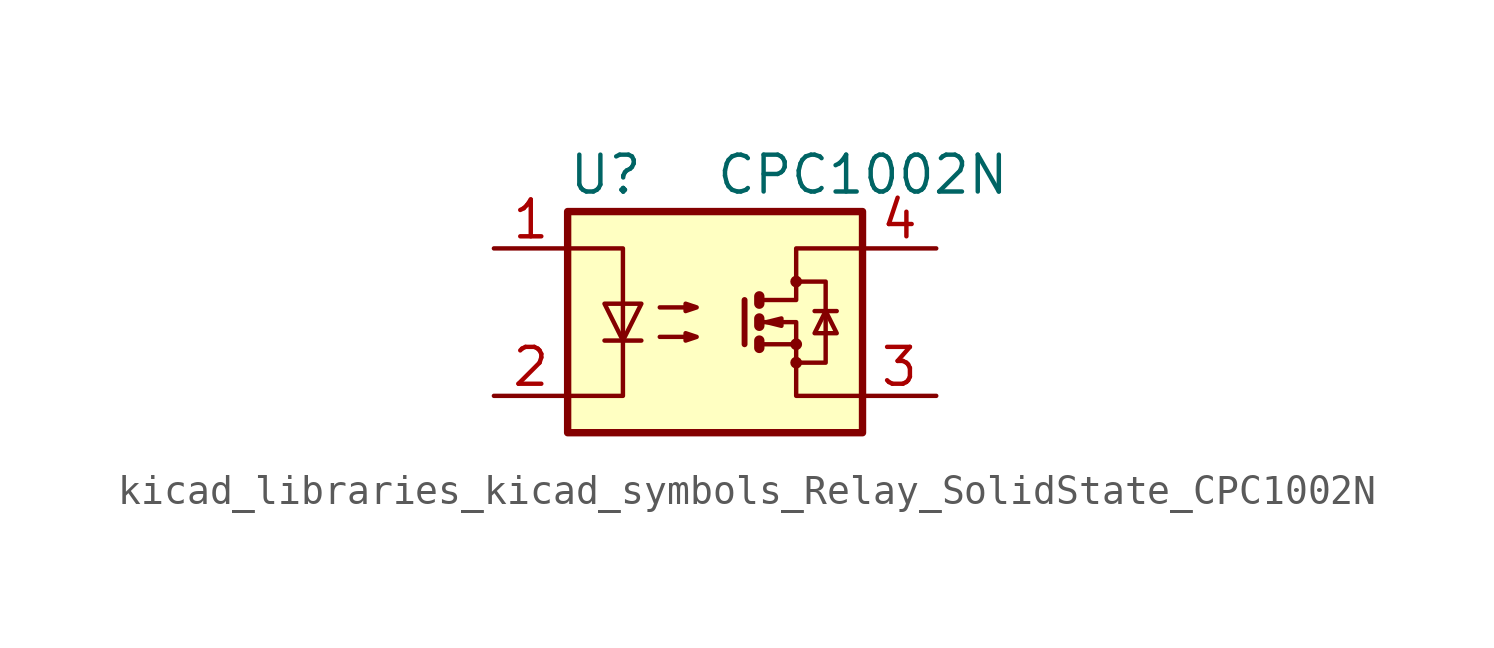
<source format=kicad_sym>
(kicad_symbol_lib
  (version 20220914)
  (generator kicad_symbol_editor)
  (symbol "kicad_libraries_kicad_symbols_Relay_SolidState_CPC1002N"
    (property "Reference" "U"
      (at -5.08 5.08 0)
      (effects (font (size 1.27 1.27)) (justify left)))
    (property "Value" "CPC1002N"
      (at 0 5.08 0)
      (effects (font (size 1.27 1.27)) (justify left)))
    (symbol "kicad_libraries_kicad_symbols_Relay_SolidState_CPC1002N_0_1"
      (rectangle (start -5.08 3.81) (end 5.08 -3.81) (stroke (width 0.254) (type default)) (fill (type background)))
      (polyline (pts (xy -3.81 -0.635) (xy -2.54 -0.635)) (stroke (width 0) (type default)) (fill (type none)))
      (polyline (pts (xy 1.016 0.762) (xy 1.016 -0.762)) (stroke (width 0.203) (type default)) (fill (type none)))
      (polyline (pts (xy 1.524 -0.762) (xy 2.794 -0.762)) (stroke (width 0) (type default)) (fill (type none)))
      (polyline (pts (xy 3.429 0.381) (xy 4.191 0.381)) (stroke (width 0) (type default)) (fill (type none)))
      (polyline (pts (xy 1.524 -0.635) (xy 1.524 -0.889) (xy 1.524 -0.889)) (stroke (width 0.356) (type default)) (fill (type none)))
      (polyline (pts (xy 1.524 0.127) (xy 1.524 -0.127) (xy 1.524 -0.127)) (stroke (width 0.356) (type default)) (fill (type none)))
      (polyline (pts (xy 1.524 0.889) (xy 1.524 0.635) (xy 1.524 0.635)) (stroke (width 0.356) (type default)) (fill (type none)))
      (polyline (pts (xy -5.08 2.54) (xy -3.175 2.54) (xy -3.175 -2.54) (xy -5.08 -2.54)) (stroke (width 0) (type default)) (fill (type none)))
      (polyline (pts (xy -3.175 -0.635) (xy -3.81 0.635) (xy -2.54 0.635) (xy -3.175 -0.635)) (stroke (width 0) (type default)) (fill (type none)))
      (polyline (pts (xy 1.524 0) (xy 2.794 0) (xy 2.794 -2.54) (xy 5.08 -2.54)) (stroke (width 0) (type default)) (fill (type none)))
      (polyline (pts (xy 1.524 0.762) (xy 2.794 0.762) (xy 2.794 2.54) (xy 5.08 2.54)) (stroke (width 0) (type default)) (fill (type none)))
      (polyline (pts (xy 1.778 0) (xy 2.286 0.127) (xy 2.286 -0.127) (xy 1.778 0)) (stroke (width 0) (type default)) (fill (type none)))
      (polyline (pts (xy 2.794 -1.397) (xy 3.81 -1.397) (xy 3.81 1.397) (xy 2.794 1.397)) (stroke (width 0) (type default)) (fill (type none)))
      (polyline (pts (xy 3.81 0.381) (xy 3.429 -0.381) (xy 4.191 -0.381) (xy 3.81 0.381)) (stroke (width 0) (type default)) (fill (type none)))
      (polyline (pts (xy -1.905 -0.508) (xy -0.635 -0.508) (xy -1.016 -0.635) (xy -1.016 -0.381) (xy -0.635 -0.508)) (stroke (width 0) (type default)) (fill (type none)))
      (polyline (pts (xy -1.905 0.508) (xy -0.635 0.508) (xy -1.016 0.381) (xy -1.016 0.635) (xy -0.635 0.508)) (stroke (width 0) (type default)) (fill (type none)))
      (circle (center 2.794 -1.397) (radius 0.127) (stroke (width 0) (type default)) (fill (type none)))
      (circle (center 2.794 -0.762) (radius 0.127) (stroke (width 0) (type default)) (fill (type none)))
      (circle (center 2.794 1.397) (radius 0.127) (stroke (width 0) (type default)) (fill (type none))))
    (symbol "kicad_libraries_kicad_symbols_Relay_SolidState_CPC1002N_1_1"
      (pin passive line (at -7.62 2.54 0) (length 2.54) (name "~" (effects (font (size 1.27 1.27)))) (number "1" (effects (font (size 1.27 1.27)))))
      (pin passive line (at -7.62 -2.54 0) (length 2.54) (name "~" (effects (font (size 1.27 1.27)))) (number "2" (effects (font (size 1.27 1.27)))))
      (pin passive line (at 7.62 -2.54 180) (length 2.54) (name "~" (effects (font (size 1.27 1.27)))) (number "3" (effects (font (size 1.27 1.27)))))
      (pin passive line (at 7.62 2.54 180) (length 2.54) (name "~" (effects (font (size 1.27 1.27)))) (number "4" (effects (font (size 1.27 1.27))))))))
</source>
